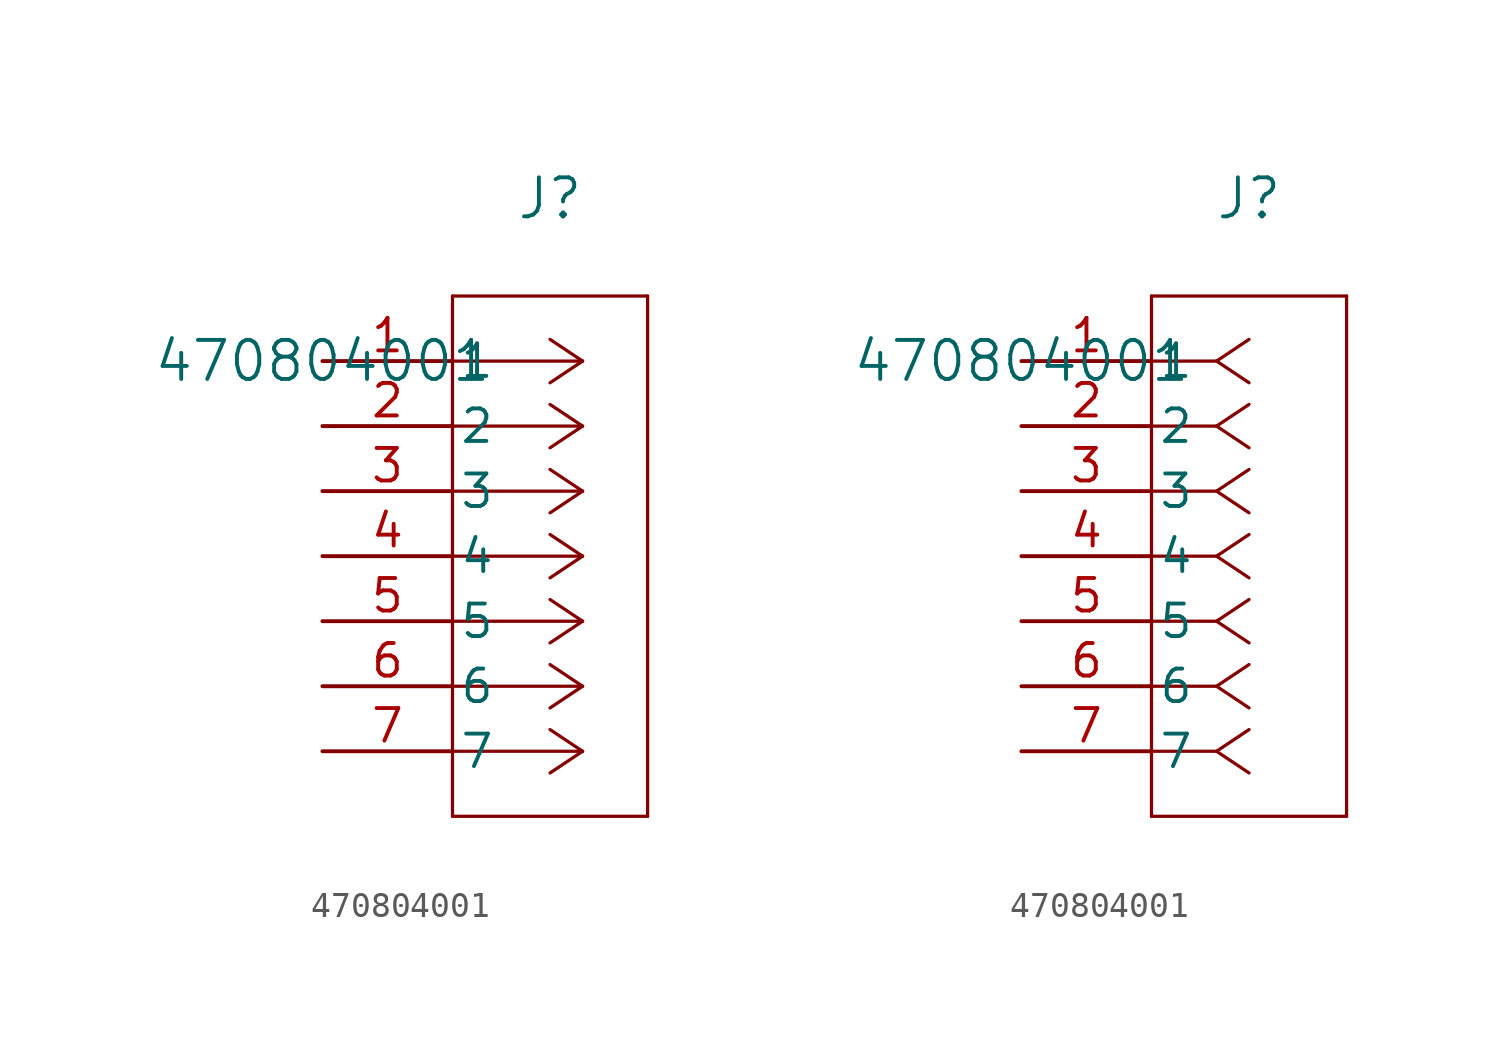
<source format=kicad_sym>
(kicad_symbol_lib
  (version 20211014)
  (generator kicad_symbol_editor)
  (symbol "470804001"
    (pin_names
      (offset 0.254))
    (property "Reference" "J"
      (at 8.89 6.35 0)
      (effects (font (size 1.524 1.524))))
    (property "Value" "470804001"
      (at 0 0 0)
      (effects (font (size 1.524 1.524))))
    (symbol "470804001_1_1"
      (polyline (pts (xy 10.16 0) (xy 5.08 0)) (stroke (width 0.127) (type default) (color 0 0 0 0)) (fill (type none)))
      (polyline (pts (xy 10.16 -2.54) (xy 5.08 -2.54)) (stroke (width 0.127) (type default) (color 0 0 0 0)) (fill (type none)))
      (polyline (pts (xy 10.16 -5.08) (xy 5.08 -5.08)) (stroke (width 0.127) (type default) (color 0 0 0 0)) (fill (type none)))
      (polyline (pts (xy 10.16 -7.62) (xy 5.08 -7.62)) (stroke (width 0.127) (type default) (color 0 0 0 0)) (fill (type none)))
      (polyline (pts (xy 10.16 -10.16) (xy 5.08 -10.16)) (stroke (width 0.127) (type default) (color 0 0 0 0)) (fill (type none)))
      (polyline (pts (xy 10.16 -12.7) (xy 5.08 -12.7)) (stroke (width 0.127) (type default) (color 0 0 0 0)) (fill (type none)))
      (polyline (pts (xy 10.16 -15.24) (xy 5.08 -15.24)) (stroke (width 0.127) (type default) (color 0 0 0 0)) (fill (type none)))
      (polyline (pts (xy 10.16 0) (xy 8.89 0.847)) (stroke (width 0.127) (type default) (color 0 0 0 0)) (fill (type none)))
      (polyline (pts (xy 10.16 -2.54) (xy 8.89 -1.693)) (stroke (width 0.127) (type default) (color 0 0 0 0)) (fill (type none)))
      (polyline (pts (xy 10.16 -5.08) (xy 8.89 -4.233)) (stroke (width 0.127) (type default) (color 0 0 0 0)) (fill (type none)))
      (polyline (pts (xy 10.16 -7.62) (xy 8.89 -6.773)) (stroke (width 0.127) (type default) (color 0 0 0 0)) (fill (type none)))
      (polyline (pts (xy 10.16 -10.16) (xy 8.89 -9.313)) (stroke (width 0.127) (type default) (color 0 0 0 0)) (fill (type none)))
      (polyline (pts (xy 10.16 -12.7) (xy 8.89 -11.853)) (stroke (width 0.127) (type default) (color 0 0 0 0)) (fill (type none)))
      (polyline (pts (xy 10.16 -15.24) (xy 8.89 -14.393)) (stroke (width 0.127) (type default) (color 0 0 0 0)) (fill (type none)))
      (polyline (pts (xy 10.16 0) (xy 8.89 -0.847)) (stroke (width 0.127) (type default) (color 0 0 0 0)) (fill (type none)))
      (polyline (pts (xy 10.16 -2.54) (xy 8.89 -3.387)) (stroke (width 0.127) (type default) (color 0 0 0 0)) (fill (type none)))
      (polyline (pts (xy 10.16 -5.08) (xy 8.89 -5.927)) (stroke (width 0.127) (type default) (color 0 0 0 0)) (fill (type none)))
      (polyline (pts (xy 10.16 -7.62) (xy 8.89 -8.467)) (stroke (width 0.127) (type default) (color 0 0 0 0)) (fill (type none)))
      (polyline (pts (xy 10.16 -10.16) (xy 8.89 -11.007)) (stroke (width 0.127) (type default) (color 0 0 0 0)) (fill (type none)))
      (polyline (pts (xy 10.16 -12.7) (xy 8.89 -13.547)) (stroke (width 0.127) (type default) (color 0 0 0 0)) (fill (type none)))
      (polyline (pts (xy 10.16 -15.24) (xy 8.89 -16.087)) (stroke (width 0.127) (type default) (color 0 0 0 0)) (fill (type none)))
      (polyline (pts (xy 5.08 2.54) (xy 5.08 -17.78)) (stroke (width 0.127) (type default) (color 0 0 0 0)) (fill (type none)))
      (polyline (pts (xy 5.08 -17.78) (xy 12.7 -17.78)) (stroke (width 0.127) (type default) (color 0 0 0 0)) (fill (type none)))
      (polyline (pts (xy 12.7 -17.78) (xy 12.7 2.54)) (stroke (width 0.127) (type default) (color 0 0 0 0)) (fill (type none)))
      (polyline (pts (xy 12.7 2.54) (xy 5.08 2.54)) (stroke (width 0.127) (type default) (color 0 0 0 0)) (fill (type none)))
      (pin unspecified line (at 0 0 0) (length 5.08) (name "1" (effects (font (size 1.27 1.27)))) (number "1" (effects (font (size 1.27 1.27)))))
      (pin unspecified line (at 0 -2.54 0) (length 5.08) (name "2" (effects (font (size 1.27 1.27)))) (number "2" (effects (font (size 1.27 1.27)))))
      (pin unspecified line (at 0 -5.08 0) (length 5.08) (name "3" (effects (font (size 1.27 1.27)))) (number "3" (effects (font (size 1.27 1.27)))))
      (pin unspecified line (at 0 -7.62 0) (length 5.08) (name "4" (effects (font (size 1.27 1.27)))) (number "4" (effects (font (size 1.27 1.27)))))
      (pin unspecified line (at 0 -10.16 0) (length 5.08) (name "5" (effects (font (size 1.27 1.27)))) (number "5" (effects (font (size 1.27 1.27)))))
      (pin unspecified line (at 0 -12.7 0) (length 5.08) (name "6" (effects (font (size 1.27 1.27)))) (number "6" (effects (font (size 1.27 1.27)))))
      (pin unspecified line (at 0 -15.24 0) (length 5.08) (name "7" (effects (font (size 1.27 1.27)))) (number "7" (effects (font (size 1.27 1.27))))))
    (symbol "470804001_1_2"
      (polyline (pts (xy 7.62 0) (xy 5.08 0)) (stroke (width 0.127) (type default) (color 0 0 0 0)) (fill (type none)))
      (polyline (pts (xy 7.62 -2.54) (xy 5.08 -2.54)) (stroke (width 0.127) (type default) (color 0 0 0 0)) (fill (type none)))
      (polyline (pts (xy 7.62 -5.08) (xy 5.08 -5.08)) (stroke (width 0.127) (type default) (color 0 0 0 0)) (fill (type none)))
      (polyline (pts (xy 7.62 -7.62) (xy 5.08 -7.62)) (stroke (width 0.127) (type default) (color 0 0 0 0)) (fill (type none)))
      (polyline (pts (xy 7.62 -10.16) (xy 5.08 -10.16)) (stroke (width 0.127) (type default) (color 0 0 0 0)) (fill (type none)))
      (polyline (pts (xy 7.62 -12.7) (xy 5.08 -12.7)) (stroke (width 0.127) (type default) (color 0 0 0 0)) (fill (type none)))
      (polyline (pts (xy 7.62 -15.24) (xy 5.08 -15.24)) (stroke (width 0.127) (type default) (color 0 0 0 0)) (fill (type none)))
      (polyline (pts (xy 7.62 0) (xy 8.89 0.847)) (stroke (width 0.127) (type default) (color 0 0 0 0)) (fill (type none)))
      (polyline (pts (xy 7.62 -2.54) (xy 8.89 -1.693)) (stroke (width 0.127) (type default) (color 0 0 0 0)) (fill (type none)))
      (polyline (pts (xy 7.62 -5.08) (xy 8.89 -4.233)) (stroke (width 0.127) (type default) (color 0 0 0 0)) (fill (type none)))
      (polyline (pts (xy 7.62 -7.62) (xy 8.89 -6.773)) (stroke (width 0.127) (type default) (color 0 0 0 0)) (fill (type none)))
      (polyline (pts (xy 7.62 -10.16) (xy 8.89 -9.313)) (stroke (width 0.127) (type default) (color 0 0 0 0)) (fill (type none)))
      (polyline (pts (xy 7.62 -12.7) (xy 8.89 -11.853)) (stroke (width 0.127) (type default) (color 0 0 0 0)) (fill (type none)))
      (polyline (pts (xy 7.62 -15.24) (xy 8.89 -14.393)) (stroke (width 0.127) (type default) (color 0 0 0 0)) (fill (type none)))
      (polyline (pts (xy 7.62 0) (xy 8.89 -0.847)) (stroke (width 0.127) (type default) (color 0 0 0 0)) (fill (type none)))
      (polyline (pts (xy 7.62 -2.54) (xy 8.89 -3.387)) (stroke (width 0.127) (type default) (color 0 0 0 0)) (fill (type none)))
      (polyline (pts (xy 7.62 -5.08) (xy 8.89 -5.927)) (stroke (width 0.127) (type default) (color 0 0 0 0)) (fill (type none)))
      (polyline (pts (xy 7.62 -7.62) (xy 8.89 -8.467)) (stroke (width 0.127) (type default) (color 0 0 0 0)) (fill (type none)))
      (polyline (pts (xy 7.62 -10.16) (xy 8.89 -11.007)) (stroke (width 0.127) (type default) (color 0 0 0 0)) (fill (type none)))
      (polyline (pts (xy 7.62 -12.7) (xy 8.89 -13.547)) (stroke (width 0.127) (type default) (color 0 0 0 0)) (fill (type none)))
      (polyline (pts (xy 7.62 -15.24) (xy 8.89 -16.087)) (stroke (width 0.127) (type default) (color 0 0 0 0)) (fill (type none)))
      (polyline (pts (xy 5.08 2.54) (xy 5.08 -17.78)) (stroke (width 0.127) (type default) (color 0 0 0 0)) (fill (type none)))
      (polyline (pts (xy 5.08 -17.78) (xy 12.7 -17.78)) (stroke (width 0.127) (type default) (color 0 0 0 0)) (fill (type none)))
      (polyline (pts (xy 12.7 -17.78) (xy 12.7 2.54)) (stroke (width 0.127) (type default) (color 0 0 0 0)) (fill (type none)))
      (polyline (pts (xy 12.7 2.54) (xy 5.08 2.54)) (stroke (width 0.127) (type default) (color 0 0 0 0)) (fill (type none)))
      (pin unspecified line (at 0 0 0) (length 5.08) (name "1" (effects (font (size 1.27 1.27)))) (number "1" (effects (font (size 1.27 1.27)))))
      (pin unspecified line (at 0 -2.54 0) (length 5.08) (name "2" (effects (font (size 1.27 1.27)))) (number "2" (effects (font (size 1.27 1.27)))))
      (pin unspecified line (at 0 -5.08 0) (length 5.08) (name "3" (effects (font (size 1.27 1.27)))) (number "3" (effects (font (size 1.27 1.27)))))
      (pin unspecified line (at 0 -7.62 0) (length 5.08) (name "4" (effects (font (size 1.27 1.27)))) (number "4" (effects (font (size 1.27 1.27)))))
      (pin unspecified line (at 0 -10.16 0) (length 5.08) (name "5" (effects (font (size 1.27 1.27)))) (number "5" (effects (font (size 1.27 1.27)))))
      (pin unspecified line (at 0 -12.7 0) (length 5.08) (name "6" (effects (font (size 1.27 1.27)))) (number "6" (effects (font (size 1.27 1.27)))))
      (pin unspecified line (at 0 -15.24 0) (length 5.08) (name "7" (effects (font (size 1.27 1.27)))) (number "7" (effects (font (size 1.27 1.27))))))))
</source>
